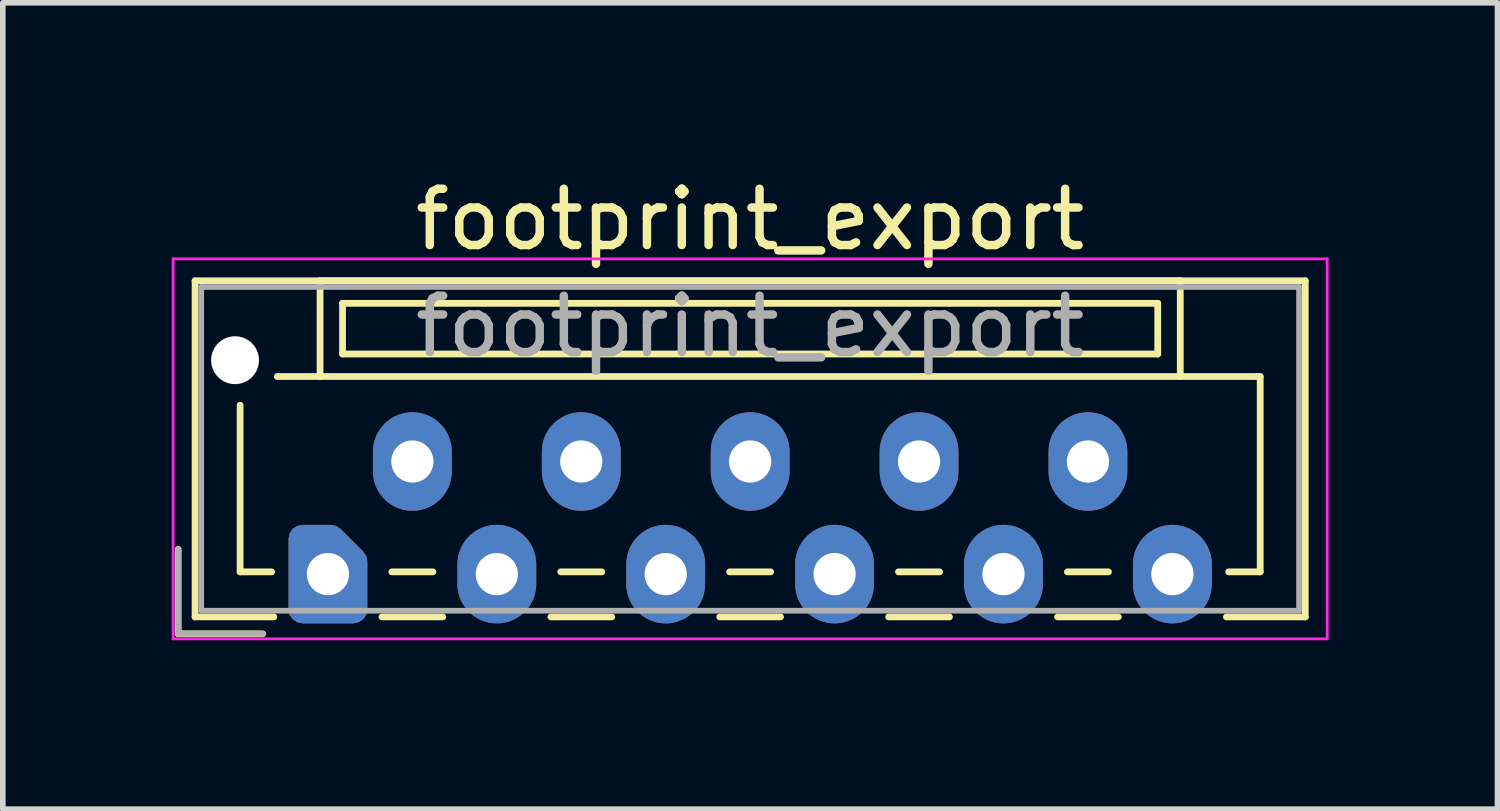
<source format=kicad_pcb>
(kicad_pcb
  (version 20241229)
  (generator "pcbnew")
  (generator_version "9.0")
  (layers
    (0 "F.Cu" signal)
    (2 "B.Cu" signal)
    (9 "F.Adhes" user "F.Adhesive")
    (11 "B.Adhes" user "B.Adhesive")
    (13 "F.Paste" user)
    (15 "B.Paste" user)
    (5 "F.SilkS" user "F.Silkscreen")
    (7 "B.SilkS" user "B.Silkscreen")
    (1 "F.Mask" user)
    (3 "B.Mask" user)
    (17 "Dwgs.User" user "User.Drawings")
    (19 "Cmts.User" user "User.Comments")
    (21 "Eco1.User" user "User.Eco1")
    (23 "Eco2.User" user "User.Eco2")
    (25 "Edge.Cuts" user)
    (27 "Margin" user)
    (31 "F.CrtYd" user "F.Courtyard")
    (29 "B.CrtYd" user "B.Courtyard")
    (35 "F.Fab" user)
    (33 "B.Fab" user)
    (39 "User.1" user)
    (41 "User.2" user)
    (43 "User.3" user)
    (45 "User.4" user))
  (footprint "footprint_export"
    (layer "F.Cu")
    (at 2.775 7.148)
    (property "Reference" "footprint_export" (at 7.5 -6.3 0) (layer "F.SilkS") (effects (font (size 1 1) (thickness 0.15))))
    (attr through_hole)
    (fp_line (start -2.66 -0.44) (end -2.66 1.06) (stroke (width 0.12) (type solid)) (layer "F.SilkS"))
    (fp_line (start -2.66 1.06) (end -1.16 1.06) (stroke (width 0.12) (type solid)) (layer "F.SilkS"))
    (fp_line (start -2.36 -5.21) (end 17.36 -5.21) (stroke (width 0.12) (type solid)) (layer "F.SilkS"))
    (fp_line (start -2.36 0.76) (end -2.36 -5.21) (stroke (width 0.12) (type solid)) (layer "F.SilkS"))
    (fp_line (start -1.56 -3) (end -1.56 -0.04) (stroke (width 0.12) (type solid)) (layer "F.SilkS"))
    (fp_line (start -1.56 -0.04) (end -1 -0.04) (stroke (width 0.12) (type solid)) (layer "F.SilkS"))
    (fp_line (start -0.96 0.76) (end -2.36 0.76) (stroke (width 0.12) (type solid)) (layer "F.SilkS"))
    (fp_line (start -0.14 -5.21) (end -0.14 -3.51) (stroke (width 0.12) (type solid)) (layer "F.SilkS"))
    (fp_line (start -0.14 -3.51) (end -0.9 -3.51) (stroke (width 0.12) (type solid)) (layer "F.SilkS"))
    (fp_line (start -0.14 -3.51) (end 15.14 -3.51) (stroke (width 0.12) (type solid)) (layer "F.SilkS"))
    (fp_line (start 0.26 -4.81) (end 0.26 -3.91) (stroke (width 0.12) (type solid)) (layer "F.SilkS"))
    (fp_line (start 0.26 -3.91) (end 14.74 -3.91) (stroke (width 0.12) (type solid)) (layer "F.SilkS"))
    (fp_line (start 0.96 0.76) (end 2.04 0.76) (stroke (width 0.12) (type solid)) (layer "F.SilkS"))
    (fp_line (start 1.135 -0.04) (end 1.865 -0.04) (stroke (width 0.12) (type solid)) (layer "F.SilkS"))
    (fp_line (start 3.96 0.76) (end 5.04 0.76) (stroke (width 0.12) (type solid)) (layer "F.SilkS"))
    (fp_line (start 4.135 -0.04) (end 4.865 -0.04) (stroke (width 0.12) (type solid)) (layer "F.SilkS"))
    (fp_line (start 6.96 0.76) (end 8.04 0.76) (stroke (width 0.12) (type solid)) (layer "F.SilkS"))
    (fp_line (start 7.135 -0.04) (end 7.865 -0.04) (stroke (width 0.12) (type solid)) (layer "F.SilkS"))
    (fp_line (start 9.96 0.76) (end 11.04 0.76) (stroke (width 0.12) (type solid)) (layer "F.SilkS"))
    (fp_line (start 10.135 -0.04) (end 10.865 -0.04) (stroke (width 0.12) (type solid)) (layer "F.SilkS"))
    (fp_line (start 12.96 0.76) (end 14.04 0.76) (stroke (width 0.12) (type solid)) (layer "F.SilkS"))
    (fp_line (start 13.135 -0.04) (end 13.865 -0.04) (stroke (width 0.12) (type solid)) (layer "F.SilkS"))
    (fp_line (start 14.74 -4.81) (end 0.26 -4.81) (stroke (width 0.12) (type solid)) (layer "F.SilkS"))
    (fp_line (start 14.74 -3.91) (end 14.74 -4.81) (stroke (width 0.12) (type solid)) (layer "F.SilkS"))
    (fp_line (start 15.14 -5.21) (end -0.14 -5.21) (stroke (width 0.12) (type solid)) (layer "F.SilkS"))
    (fp_line (start 15.14 -3.51) (end 15.14 -5.21) (stroke (width 0.12) (type solid)) (layer "F.SilkS"))
    (fp_line (start 15.14 -3.51) (end 16.56 -3.51) (stroke (width 0.12) (type solid)) (layer "F.SilkS"))
    (fp_line (start 16.56 -3.51) (end 16.56 -0.04) (stroke (width 0.12) (type solid)) (layer "F.SilkS"))
    (fp_line (start 16.56 -0.04) (end 16 -0.04) (stroke (width 0.12) (type solid)) (layer "F.SilkS"))
    (fp_line (start 17.36 -5.21) (end 17.36 0.76) (stroke (width 0.12) (type solid)) (layer "F.SilkS"))
    (fp_line (start 17.36 0.76) (end 15.96 0.76) (stroke (width 0.12) (type solid)) (layer "F.SilkS"))
    (fp_line (start -2.75 -5.6) (end -2.75 1.15) (stroke (width 0.05) (type solid)) (layer "F.CrtYd"))
    (fp_line (start -2.75 1.15) (end 17.75 1.15) (stroke (width 0.05) (type solid)) (layer "F.CrtYd"))
    (fp_line (start 17.75 -5.6) (end -2.75 -5.6) (stroke (width 0.05) (type solid)) (layer "F.CrtYd"))
    (fp_line (start 17.75 1.15) (end 17.75 -5.6) (stroke (width 0.05) (type solid)) (layer "F.CrtYd"))
    (fp_line (start -2.66 -0.44) (end -2.66 1.06) (stroke (width 0.1) (type solid)) (layer "F.Fab"))
    (fp_line (start -2.66 1.06) (end -1.16 1.06) (stroke (width 0.1) (type solid)) (layer "F.Fab"))
    (fp_line (start -2.25 -5.1) (end -2.25 0.65) (stroke (width 0.1) (type solid)) (layer "F.Fab"))
    (fp_line (start -2.25 0.65) (end 17.25 0.65) (stroke (width 0.1) (type solid)) (layer "F.Fab"))
    (fp_line (start 17.25 -5.1) (end -2.25 -5.1) (stroke (width 0.1) (type solid)) (layer "F.Fab"))
    (fp_line (start 17.25 0.65) (end 17.25 -5.1) (stroke (width 0.1) (type solid)) (layer "F.Fab"))
    (fp_text user "${REFERENCE}" (at 7.5 -4.4 0) (layer "F.Fab") (effects (font (size 1 1) (thickness 0.15))))
    (pad "" np_thru_hole circle (at -1.65 -3.8) (size 0.85 0.85) (drill 0.85) (layers "*.Cu" "*.Mask"))
    (pad "1" thru_hole custom (at 0 0) (size 1.117 1.117) (drill 0.75) (layers "*.Cu" "*.Mask") (options (anchor circle)) (primitives (gr_poly (pts (xy 0.45 -0.225) (xy 0.45 0.625) (xy -0.45 0.625) (xy -0.45 -0.625) (xy 0.05 -0.625)) (width 0.5) (fill yes))))
    (pad "2" thru_hole oval (at 1.5 -2) (size 1.4 1.75) (drill 0.75) (layers "*.Cu" "*.Mask"))
    (pad "3" thru_hole oval (at 3 0) (size 1.4 1.75) (drill 0.75) (layers "*.Cu" "*.Mask"))
    (pad "4" thru_hole oval (at 4.5 -2) (size 1.4 1.75) (drill 0.75) (layers "*.Cu" "*.Mask"))
    (pad "5" thru_hole oval (at 6 0) (size 1.4 1.75) (drill 0.75) (layers "*.Cu" "*.Mask"))
    (pad "6" thru_hole oval (at 7.5 -2) (size 1.4 1.75) (drill 0.75) (layers "*.Cu" "*.Mask"))
    (pad "7" thru_hole oval (at 9 0) (size 1.4 1.75) (drill 0.75) (layers "*.Cu" "*.Mask"))
    (pad "8" thru_hole oval (at 10.5 -2) (size 1.4 1.75) (drill 0.75) (layers "*.Cu" "*.Mask"))
    (pad "9" thru_hole oval (at 12 0) (size 1.4 1.75) (drill 0.75) (layers "*.Cu" "*.Mask"))
    (pad "10" thru_hole oval (at 13.5 -2) (size 1.4 1.75) (drill 0.75) (layers "*.Cu" "*.Mask"))
    (pad "11" thru_hole oval (at 15 0) (size 1.4 1.75) (drill 0.75) (layers "*.Cu" "*.Mask")))
  (gr_rect
    (start -3 -3)
    (end 23.55 11.323)
    (stroke (width 0.1) (type default))
    (fill no)
    (layer "Edge.Cuts")))
</source>
